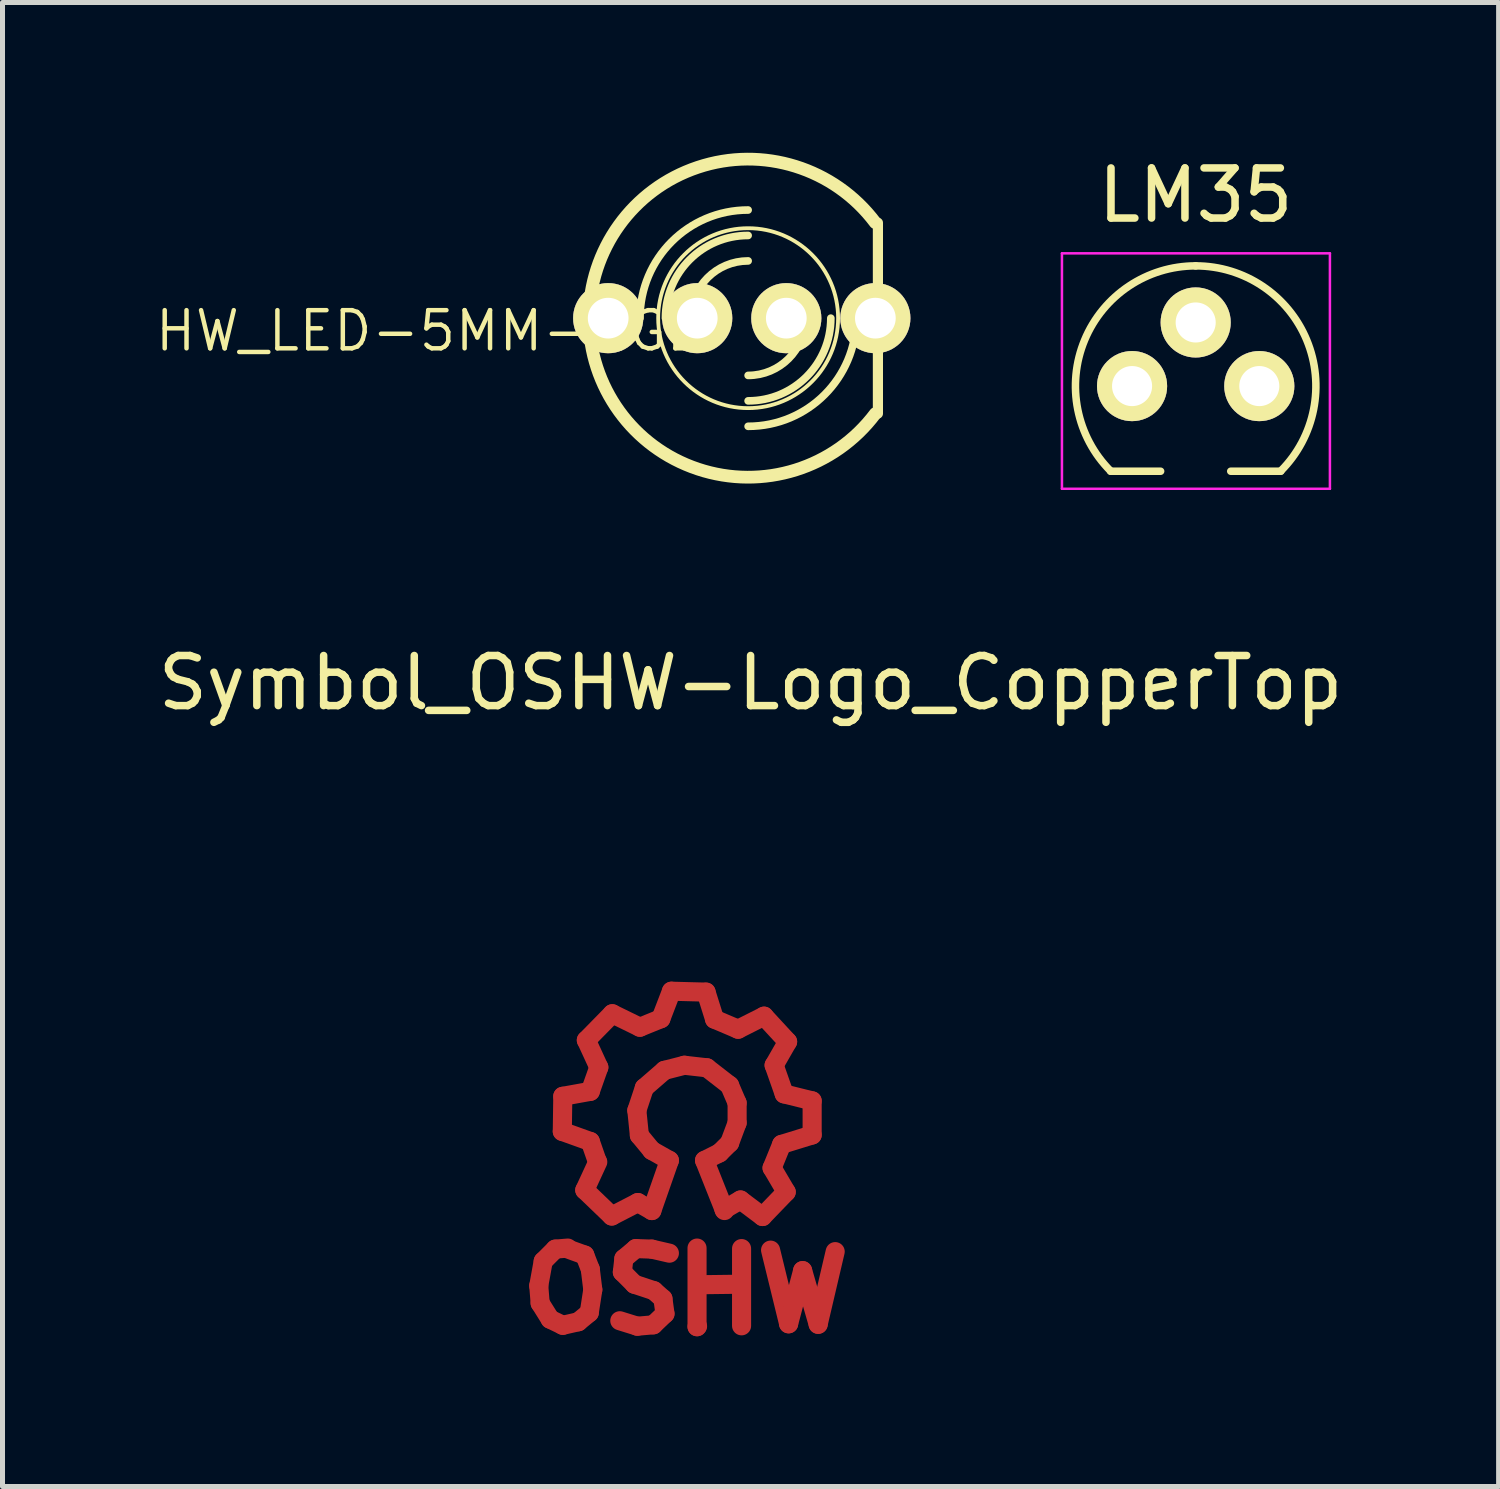
<source format=kicad_pcb>
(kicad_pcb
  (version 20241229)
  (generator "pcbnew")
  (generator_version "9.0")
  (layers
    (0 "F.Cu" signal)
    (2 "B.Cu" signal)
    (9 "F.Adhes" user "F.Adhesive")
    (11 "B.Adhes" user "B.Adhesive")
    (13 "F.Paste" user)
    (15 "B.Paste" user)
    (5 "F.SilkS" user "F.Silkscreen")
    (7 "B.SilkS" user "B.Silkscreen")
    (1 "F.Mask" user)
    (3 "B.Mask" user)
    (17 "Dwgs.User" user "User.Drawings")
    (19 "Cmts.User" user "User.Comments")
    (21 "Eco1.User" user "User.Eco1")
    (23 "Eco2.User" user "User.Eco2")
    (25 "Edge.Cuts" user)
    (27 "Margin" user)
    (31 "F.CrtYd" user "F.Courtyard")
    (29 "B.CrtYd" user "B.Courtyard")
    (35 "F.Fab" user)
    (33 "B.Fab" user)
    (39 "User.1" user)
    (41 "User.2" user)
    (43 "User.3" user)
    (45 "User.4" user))
  (footprint "HW_LED-5MM-RGB"
    (layer "F.Cu")
    (at 11.632 3.302)
    (property "Reference" "HW_LED-5MM-RGB" (at -6.096 0.254 0) (layer "F.SilkS") (effects (font (size 0.762 0.762) (thickness 0.089))))
    (attr through_hole)
    (fp_line (start 2.845 1.905) (end 2.845 -1.905) (stroke (width 0.203) (type solid)) (layer "F.SilkS"))
    (fp_arc (start -1.905 0) (mid -1.272644 -1.526644) (end 0.254 -2.159) (stroke (width 0.1524) (type solid)) (layer "F.SilkS"))
    (fp_arc (start -1.397 0) (mid -0.913433 -1.167433) (end 0.254 -1.651) (stroke (width 0.1524) (type solid)) (layer "F.SilkS"))
    (fp_arc (start -0.889 0) (mid -0.554223 -0.808223) (end 0.254 -1.143) (stroke (width 0.1524) (type solid)) (layer "F.SilkS"))
    (fp_arc (start 1.397 0) (mid 1.062223 0.808223) (end 0.254 1.143) (stroke (width 0.1524) (type solid)) (layer "F.SilkS"))
    (fp_arc (start 1.905 0) (mid 1.421433 1.167433) (end 0.254 1.651) (stroke (width 0.1524) (type solid)) (layer "F.SilkS"))
    (fp_arc (start 2.413 0) (mid 1.780644 1.526644) (end 0.254 2.159) (stroke (width 0.1524) (type solid)) (layer "F.SilkS"))
    (fp_arc (start 2.794 1.905) (mid -2.921 0.001668) (end 2.791997 -1.907668) (stroke (width 0.254) (type solid)) (layer "F.SilkS"))
    (fp_circle (center 0.254 0) (end -1.016 1.27) (stroke (width 0.076) (type solid)) (fill no) (layer "F.SilkS"))
    (pad "1" thru_hole circle (at 2.794 0 180) (size 1.4 1.4) (drill 0.813) (layers "*.Cu" "*.Mask" "F.SilkS"))
    (pad "2" thru_hole circle (at 1.016 0 180) (size 1.4 1.4) (drill 0.813) (layers "*.Cu" "*.Mask" "F.SilkS"))
    (pad "3" thru_hole circle (at -0.762 0 180) (size 1.4 1.4) (drill 0.813) (layers "*.Cu" "*.Mask" "F.SilkS"))
    (pad "4" thru_hole circle (at -2.54 0 180) (size 1.4 1.4) (drill 0.813) (layers "*.Cu" "*.Mask" "F.SilkS")))
  (footprint "LM35"
    (layer "F.Cu")
    (at 19.551 4.658)
    (property "Reference" "LM35" (at 1.27 -3.81 180) (layer "F.SilkS") (effects (font (size 1 1) (thickness 0.15))))
    (attr through_hole)
    (fp_line (start -0.43 1.7) (end 0.57 1.7) (stroke (width 0.15) (type solid)) (layer "F.SilkS"))
    (fp_line (start 1.97 1.7) (end 2.97 1.7) (stroke (width 0.15) (type solid)) (layer "F.SilkS"))
    (fp_arc (start -0.427056 1.697056) (mid -0.947311 -0.91844) (end 1.27 -2.4) (stroke (width 0.15) (type solid)) (layer "F.SilkS"))
    (fp_arc (start 1.27 -2.4) (mid 3.487311 -0.91844) (end 2.967056 1.697056) (stroke (width 0.15) (type solid)) (layer "F.SilkS"))
    (fp_line (start -1.4 -2.65) (end 3.95 -2.65) (stroke (width 0.05) (type solid)) (layer "F.CrtYd"))
    (fp_line (start -1.4 2.05) (end -1.4 -2.65) (stroke (width 0.05) (type solid)) (layer "F.CrtYd"))
    (fp_line (start -1.4 2.05) (end 3.95 2.05) (stroke (width 0.05) (type solid)) (layer "F.CrtYd"))
    (fp_line (start 3.95 2.05) (end 3.95 -2.65) (stroke (width 0.05) (type solid)) (layer "F.CrtYd"))
    (pad "1" thru_hole circle (at 0 0 90) (size 1.4 1.4) (drill 0.8) (layers "*.Cu" "*.Mask" "F.SilkS"))
    (pad "2" thru_hole circle (at 1.27 -1.27 90) (size 1.4 1.4) (drill 0.8) (layers "*.Cu" "*.Mask" "F.SilkS"))
    (pad "3" thru_hole circle (at 2.54 0 90) (size 1.4 1.4) (drill 0.8) (layers "*.Cu" "*.Mask" "F.SilkS")))
  (footprint "Symbol_OSHW-Logo_CopperTop"
    (layer "F.Cu")
    (at 10.665 19.218)
    (property "Reference" "Symbol_OSHW-Logo_CopperTop" (at 1.27 -8.636 0) (layer "F.SilkS") (effects (font (size 1 1) (thickness 0.15))))
    (attr through_hole)
    (fp_line (start -2.959 3.401) (end -2.931 3.749) (stroke (width 0.381) (type solid)) (layer "F.Cu"))
    (fp_line (start -2.931 3.749) (end -2.731 4.069) (stroke (width 0.381) (type solid)) (layer "F.Cu"))
    (fp_line (start -2.87 2.911) (end -2.959 3.401) (stroke (width 0.381) (type solid)) (layer "F.Cu"))
    (fp_line (start -2.731 4.069) (end -2.479 4.191) (stroke (width 0.381) (type solid)) (layer "F.Cu"))
    (fp_line (start -2.629 2.67) (end -2.87 2.911) (stroke (width 0.381) (type solid)) (layer "F.Cu"))
    (fp_line (start -2.489 0.32) (end -1.93 0.521) (stroke (width 0.381) (type solid)) (layer "F.Cu"))
    (fp_line (start -2.479 -0.381) (end -2.489 0.32) (stroke (width 0.381) (type solid)) (layer "F.Cu"))
    (fp_line (start -2.479 4.191) (end -2.169 4.12) (stroke (width 0.381) (type solid)) (layer "F.Cu"))
    (fp_line (start -2.38 2.649) (end -2.629 2.67) (stroke (width 0.381) (type solid)) (layer "F.Cu"))
    (fp_line (start -2.169 4.12) (end -1.951 3.94) (stroke (width 0.381) (type solid)) (layer "F.Cu"))
    (fp_line (start -2.04 1.491) (end -1.501 2.009) (stroke (width 0.381) (type solid)) (layer "F.Cu"))
    (fp_line (start -2.04 2.789) (end -2.4 2.659) (stroke (width 0.381) (type solid)) (layer "F.Cu"))
    (fp_line (start -2.009 -1.501) (end -1.76 -0.96) (stroke (width 0.381) (type solid)) (layer "F.Cu"))
    (fp_line (start -1.951 3.94) (end -1.88 3.48) (stroke (width 0.381) (type solid)) (layer "F.Cu"))
    (fp_line (start -1.93 -0.48) (end -2.479 -0.381) (stroke (width 0.381) (type solid)) (layer "F.Cu"))
    (fp_line (start -1.93 0.521) (end -1.791 0.919) (stroke (width 0.381) (type solid)) (layer "F.Cu"))
    (fp_line (start -1.93 3.071) (end -2.04 2.789) (stroke (width 0.381) (type solid)) (layer "F.Cu"))
    (fp_line (start -1.88 3.48) (end -1.93 3.071) (stroke (width 0.381) (type solid)) (layer "F.Cu"))
    (fp_line (start -1.781 0.93) (end -2.04 1.491) (stroke (width 0.381) (type solid)) (layer "F.Cu"))
    (fp_line (start -1.76 -0.96) (end -1.93 -0.48) (stroke (width 0.381) (type solid)) (layer "F.Cu"))
    (fp_line (start -1.501 2.009) (end -0.98 1.74) (stroke (width 0.381) (type solid)) (layer "F.Cu"))
    (fp_line (start -1.491 -2.029) (end -2.009 -1.501) (stroke (width 0.381) (type solid)) (layer "F.Cu"))
    (fp_line (start -1.29 3.129) (end -1.049 3.371) (stroke (width 0.381) (type solid)) (layer "F.Cu"))
    (fp_line (start -1.26 2.86) (end -1.29 3.129) (stroke (width 0.381) (type solid)) (layer "F.Cu"))
    (fp_line (start -1.049 3.371) (end -0.66 3.5) (stroke (width 0.381) (type solid)) (layer "F.Cu"))
    (fp_line (start -1.021 2.659) (end -1.26 2.86) (stroke (width 0.381) (type solid)) (layer "F.Cu"))
    (fp_line (start -1.001 -0.099) (end -0.95 0.399) (stroke (width 0.381) (type solid)) (layer "F.Cu"))
    (fp_line (start -0.991 4.209) (end -1.341 4.1) (stroke (width 0.381) (type solid)) (layer "F.Cu"))
    (fp_line (start -0.98 1.74) (end -0.701 1.9) (stroke (width 0.381) (type solid)) (layer "F.Cu"))
    (fp_line (start -0.95 0.399) (end -0.701 0.701) (stroke (width 0.381) (type solid)) (layer "F.Cu"))
    (fp_line (start -0.94 -1.76) (end -1.491 -2.029) (stroke (width 0.381) (type solid)) (layer "F.Cu"))
    (fp_line (start -0.851 -0.551) (end -1.001 -0.099) (stroke (width 0.381) (type solid)) (layer "F.Cu"))
    (fp_line (start -0.701 0.701) (end -0.351 0.899) (stroke (width 0.381) (type solid)) (layer "F.Cu"))
    (fp_line (start -0.701 2.67) (end -1.021 2.659) (stroke (width 0.381) (type solid)) (layer "F.Cu"))
    (fp_line (start -0.671 4.181) (end -0.991 4.209) (stroke (width 0.381) (type solid)) (layer "F.Cu"))
    (fp_line (start -0.66 3.5) (end -0.48 3.66) (stroke (width 0.381) (type solid)) (layer "F.Cu"))
    (fp_line (start -0.521 -1.93) (end -0.94 -1.76) (stroke (width 0.381) (type solid)) (layer "F.Cu"))
    (fp_line (start -0.48 3.66) (end -0.439 3.96) (stroke (width 0.381) (type solid)) (layer "F.Cu"))
    (fp_line (start -0.45 -0.899) (end -0.851 -0.551) (stroke (width 0.381) (type solid)) (layer "F.Cu"))
    (fp_line (start -0.439 3.96) (end -0.671 4.181) (stroke (width 0.381) (type solid)) (layer "F.Cu"))
    (fp_line (start -0.351 0.899) (end -0.701 1.9) (stroke (width 0.381) (type solid)) (layer "F.Cu"))
    (fp_line (start -0.351 2.751) (end -0.701 2.67) (stroke (width 0.381) (type solid)) (layer "F.Cu"))
    (fp_line (start -0.31 -2.479) (end -0.521 -1.93) (stroke (width 0.381) (type solid)) (layer "F.Cu"))
    (fp_line (start -0.051 -1.001) (end -0.45 -0.899) (stroke (width 0.381) (type solid)) (layer "F.Cu"))
    (fp_line (start 0.201 2.649) (end 0.201 4.219) (stroke (width 0.381) (type solid)) (layer "F.Cu"))
    (fp_line (start 0.201 4.219) (end 0.211 4.209) (stroke (width 0.381) (type solid)) (layer "F.Cu"))
    (fp_line (start 0.249 3.381) (end 1.039 3.371) (stroke (width 0.381) (type solid)) (layer "F.Cu"))
    (fp_line (start 0.351 0.899) (end 0.65 0.749) (stroke (width 0.381) (type solid)) (layer "F.Cu"))
    (fp_line (start 0.351 0.899) (end 0.749 1.9) (stroke (width 0.381) (type solid)) (layer "F.Cu"))
    (fp_line (start 0.381 -2.461) (end -0.31 -2.479) (stroke (width 0.381) (type solid)) (layer "F.Cu"))
    (fp_line (start 0.399 -0.95) (end -0.051 -1.001) (stroke (width 0.381) (type solid)) (layer "F.Cu"))
    (fp_line (start 0.551 -1.92) (end 0.381 -2.461) (stroke (width 0.381) (type solid)) (layer "F.Cu"))
    (fp_line (start 0.65 0.749) (end 0.851 0.551) (stroke (width 0.381) (type solid)) (layer "F.Cu"))
    (fp_line (start 0.739 1.88) (end 1.069 1.689) (stroke (width 0.381) (type solid)) (layer "F.Cu"))
    (fp_line (start 0.851 -0.599) (end 0.399 -0.95) (stroke (width 0.381) (type solid)) (layer "F.Cu"))
    (fp_line (start 0.851 0.551) (end 1.001 0.15) (stroke (width 0.381) (type solid)) (layer "F.Cu"))
    (fp_line (start 1.001 -0.249) (end 0.851 -0.599) (stroke (width 0.381) (type solid)) (layer "F.Cu"))
    (fp_line (start 1.001 0.15) (end 1.001 -0.249) (stroke (width 0.381) (type solid)) (layer "F.Cu"))
    (fp_line (start 1.021 -1.72) (end 0.551 -1.92) (stroke (width 0.381) (type solid)) (layer "F.Cu"))
    (fp_line (start 1.039 3.371) (end 1.049 3.381) (stroke (width 0.381) (type solid)) (layer "F.Cu"))
    (fp_line (start 1.049 3.381) (end 1.049 3.371) (stroke (width 0.381) (type solid)) (layer "F.Cu"))
    (fp_line (start 1.069 1.689) (end 1.509 2.019) (stroke (width 0.381) (type solid)) (layer "F.Cu"))
    (fp_line (start 1.09 2.659) (end 1.09 4.201) (stroke (width 0.381) (type solid)) (layer "F.Cu"))
    (fp_line (start 1.509 2.019) (end 1.981 1.529) (stroke (width 0.381) (type solid)) (layer "F.Cu"))
    (fp_line (start 1.539 -1.981) (end 1.021 -1.72) (stroke (width 0.381) (type solid)) (layer "F.Cu"))
    (fp_line (start 1.669 2.69) (end 2.029 4.161) (stroke (width 0.381) (type solid)) (layer "F.Cu"))
    (fp_line (start 1.699 1.049) (end 1.89 0.579) (stroke (width 0.381) (type solid)) (layer "F.Cu"))
    (fp_line (start 1.74 -1.001) (end 2.009 -1.471) (stroke (width 0.381) (type solid)) (layer "F.Cu"))
    (fp_line (start 1.89 0.579) (end 2.499 0.391) (stroke (width 0.381) (type solid)) (layer "F.Cu"))
    (fp_line (start 1.941 -0.429) (end 1.74 -1.001) (stroke (width 0.381) (type solid)) (layer "F.Cu"))
    (fp_line (start 1.981 1.529) (end 1.699 1.049) (stroke (width 0.381) (type solid)) (layer "F.Cu"))
    (fp_line (start 2.009 -1.471) (end 1.539 -1.981) (stroke (width 0.381) (type solid)) (layer "F.Cu"))
    (fp_line (start 2.029 4.161) (end 2.309 3.099) (stroke (width 0.381) (type solid)) (layer "F.Cu"))
    (fp_line (start 2.309 3.099) (end 2.619 4.171) (stroke (width 0.381) (type solid)) (layer "F.Cu"))
    (fp_line (start 2.499 -0.29) (end 1.941 -0.429) (stroke (width 0.381) (type solid)) (layer "F.Cu"))
    (fp_line (start 2.499 0.391) (end 2.499 -0.29) (stroke (width 0.381) (type solid)) (layer "F.Cu"))
    (fp_line (start 2.619 4.171) (end 2.959 2.72) (stroke (width 0.381) (type solid)) (layer "F.Cu")))
  (gr_rect
    (start -3 -3)
    (end 26.869 26.627)
    (stroke (width 0.1) (type default))
    (fill no)
    (layer "Edge.Cuts")))
</source>
